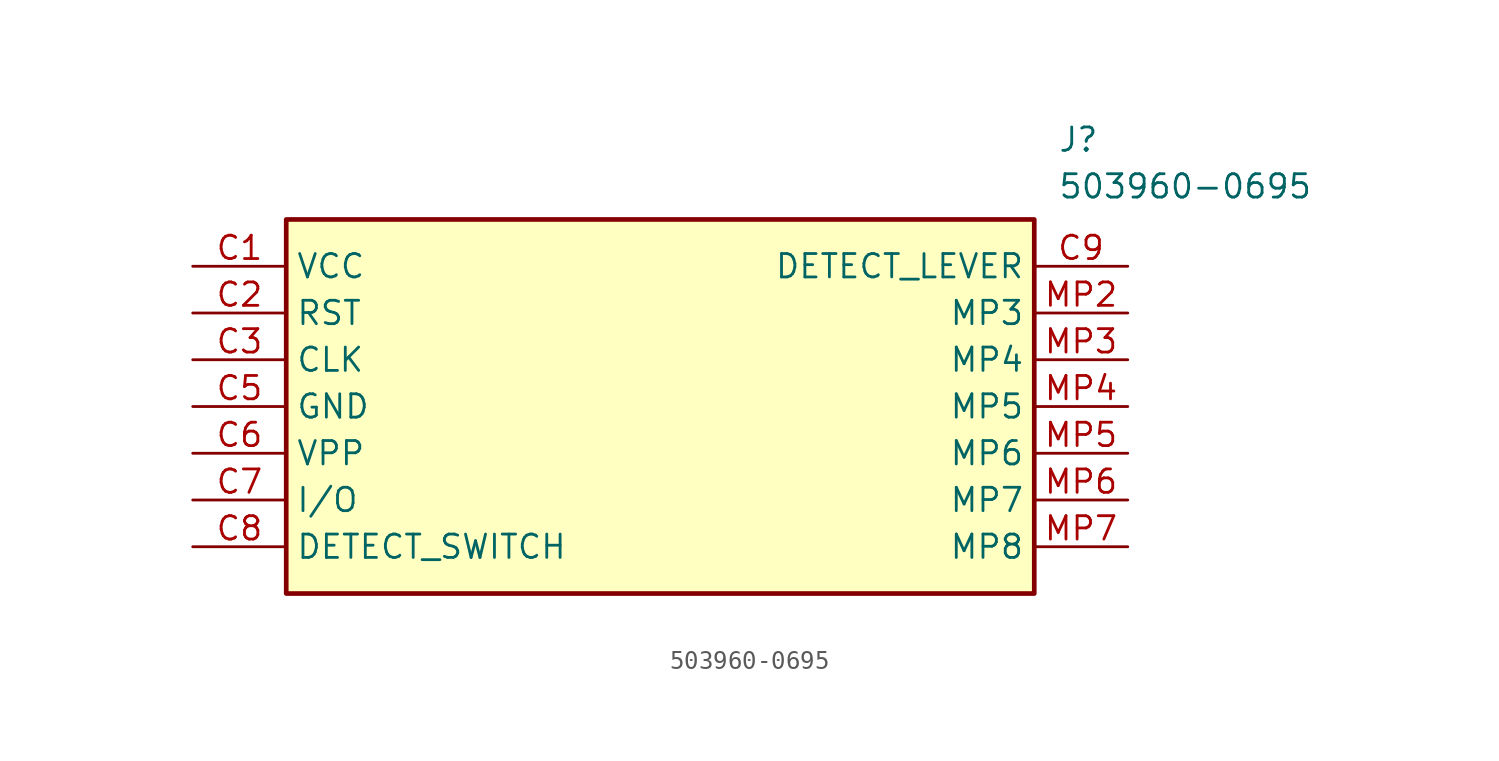
<source format=kicad_sym>
(kicad_symbol_lib
  (version 20211014)
  (generator SamacSys_ECAD_Model)
  (symbol "503960-0695"
    (property "Reference" "J"
      (at 46.99 7.62 0)
      (effects (font (size 1.27 1.27)) (justify left top)))
    (property "Value" "503960-0695"
      (at 46.99 5.08 0)
      (effects (font (size 1.27 1.27)) (justify left top)))
    (rectangle
      (start 5.08 2.54)
      (end 45.72 -17.78)
      (stroke (width 0.254) (type default))
      (fill (type background)))
    (pin passive line
      (at 0 0 0)
      (length 5.08)
      (name "VCC" (effects (font (size 1.27 1.27))))
      (number "C1" (effects (font (size 1.27 1.27)))))
    (pin passive line
      (at 0 -2.54 0)
      (length 5.08)
      (name "RST" (effects (font (size 1.27 1.27))))
      (number "C2" (effects (font (size 1.27 1.27)))))
    (pin passive line
      (at 0 -5.08 0)
      (length 5.08)
      (name "CLK" (effects (font (size 1.27 1.27))))
      (number "C3" (effects (font (size 1.27 1.27)))))
    (pin passive line
      (at 0 -7.62 0)
      (length 5.08)
      (name "GND" (effects (font (size 1.27 1.27))))
      (number "C5" (effects (font (size 1.27 1.27)))))
    (pin passive line
      (at 0 -10.16 0)
      (length 5.08)
      (name "VPP" (effects (font (size 1.27 1.27))))
      (number "C6" (effects (font (size 1.27 1.27)))))
    (pin passive line
      (at 0 -12.7 0)
      (length 5.08)
      (name "I/O" (effects (font (size 1.27 1.27))))
      (number "C7" (effects (font (size 1.27 1.27)))))
    (pin passive line
      (at 0 -15.24 0)
      (length 5.08)
      (name "DETECT_SWITCH" (effects (font (size 1.27 1.27))))
      (number "C8" (effects (font (size 1.27 1.27)))))
    (pin passive line
      (at 50.8 0 180)
      (length 5.08)
      (name "DETECT_LEVER" (effects (font (size 1.27 1.27))))
      (number "C9" (effects (font (size 1.27 1.27)))))
    (pin passive line
      (at 50.8 -2.54 180)
      (length 5.08)
      (name "MP3" (effects (font (size 1.27 1.27))))
      (number "MP2" (effects (font (size 1.27 1.27)))))
    (pin passive line
      (at 50.8 -5.08 180)
      (length 5.08)
      (name "MP4" (effects (font (size 1.27 1.27))))
      (number "MP3" (effects (font (size 1.27 1.27)))))
    (pin passive line
      (at 50.8 -7.62 180)
      (length 5.08)
      (name "MP5" (effects (font (size 1.27 1.27))))
      (number "MP4" (effects (font (size 1.27 1.27)))))
    (pin passive line
      (at 50.8 -10.16 180)
      (length 5.08)
      (name "MP6" (effects (font (size 1.27 1.27))))
      (number "MP5" (effects (font (size 1.27 1.27)))))
    (pin passive line
      (at 50.8 -12.7 180)
      (length 5.08)
      (name "MP7" (effects (font (size 1.27 1.27))))
      (number "MP6" (effects (font (size 1.27 1.27)))))
    (pin passive line
      (at 50.8 -15.24 180)
      (length 5.08)
      (name "MP8" (effects (font (size 1.27 1.27))))
      (number "MP7" (effects (font (size 1.27 1.27)))))))
</source>
